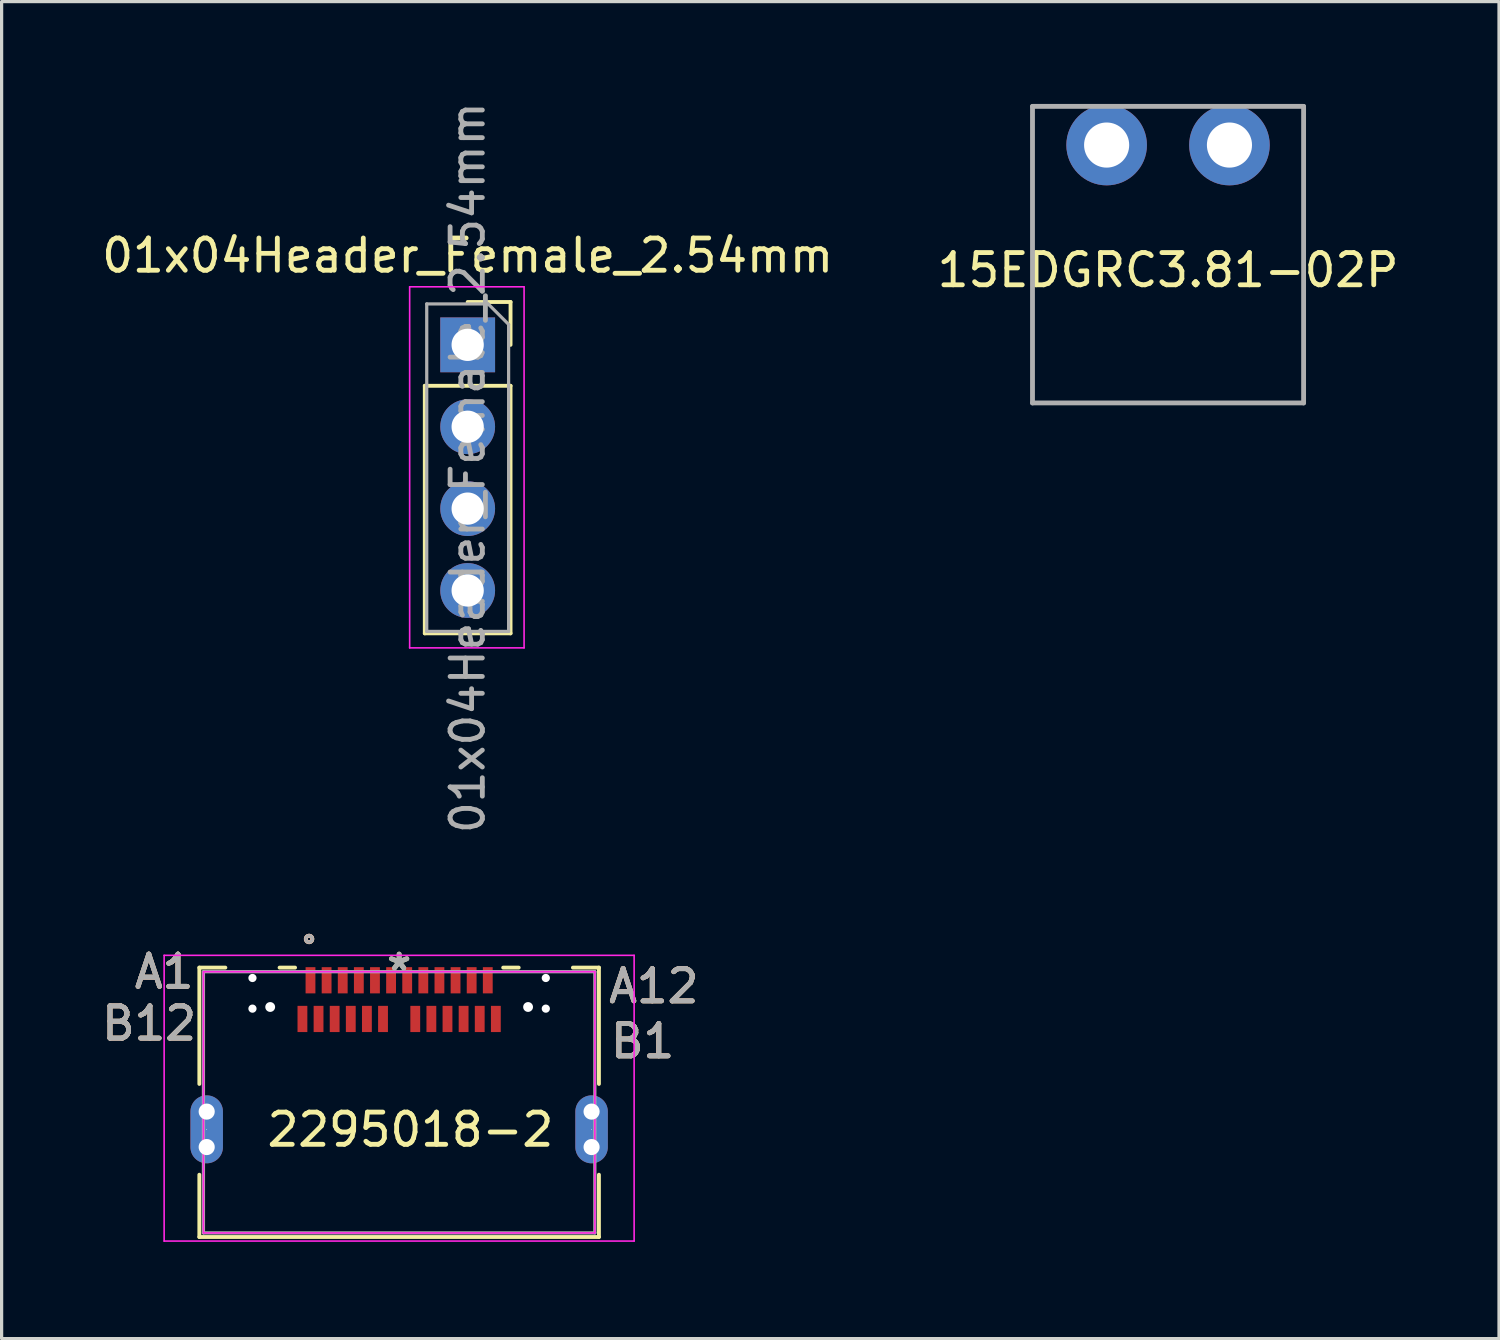
<source format=kicad_pcb>
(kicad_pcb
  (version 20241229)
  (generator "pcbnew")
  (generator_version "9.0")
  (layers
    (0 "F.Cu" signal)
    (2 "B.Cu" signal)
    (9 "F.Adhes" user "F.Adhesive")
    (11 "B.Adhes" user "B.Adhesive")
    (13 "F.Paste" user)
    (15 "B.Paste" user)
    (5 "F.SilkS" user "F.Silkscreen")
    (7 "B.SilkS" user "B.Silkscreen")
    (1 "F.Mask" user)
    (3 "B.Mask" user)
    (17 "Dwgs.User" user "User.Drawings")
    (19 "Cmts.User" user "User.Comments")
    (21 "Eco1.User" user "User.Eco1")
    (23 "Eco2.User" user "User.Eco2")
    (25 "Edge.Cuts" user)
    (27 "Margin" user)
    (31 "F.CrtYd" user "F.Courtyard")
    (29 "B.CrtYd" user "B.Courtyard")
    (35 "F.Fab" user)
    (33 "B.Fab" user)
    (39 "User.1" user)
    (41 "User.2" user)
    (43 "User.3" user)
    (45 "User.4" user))
  (footprint "01x04Header_Female_2.54mm"
    (layer "F.Cu")
    (at 11.458 7.648)
    (property "Reference" "01x04Header_Female_2.54mm" (at 0 -2.77 180) (layer "F.SilkS") (effects (font (size 1 1) (thickness 0.15))))
    (attr through_hole)
    (fp_line (start -1.33 1.27) (end -1.33 8.95) (stroke (width 0.12) (type solid)) (layer "F.SilkS"))
    (fp_line (start -1.33 1.27) (end 1.33 1.27) (stroke (width 0.12) (type solid)) (layer "F.SilkS"))
    (fp_line (start -1.33 8.95) (end 1.33 8.95) (stroke (width 0.12) (type solid)) (layer "F.SilkS"))
    (fp_line (start 0 -1.33) (end 1.33 -1.33) (stroke (width 0.12) (type solid)) (layer "F.SilkS"))
    (fp_line (start 1.33 -1.33) (end 1.33 0) (stroke (width 0.12) (type solid)) (layer "F.SilkS"))
    (fp_line (start 1.33 1.27) (end 1.33 8.95) (stroke (width 0.12) (type solid)) (layer "F.SilkS"))
    (fp_line (start -1.8 -1.8) (end 1.75 -1.8) (stroke (width 0.05) (type solid)) (layer "F.CrtYd"))
    (fp_line (start -1.8 9.4) (end -1.8 -1.8) (stroke (width 0.05) (type solid)) (layer "F.CrtYd"))
    (fp_line (start 1.75 -1.8) (end 1.75 9.4) (stroke (width 0.05) (type solid)) (layer "F.CrtYd"))
    (fp_line (start 1.75 9.4) (end -1.8 9.4) (stroke (width 0.05) (type solid)) (layer "F.CrtYd"))
    (fp_line (start -1.27 -1.27) (end 0.635 -1.27) (stroke (width 0.1) (type solid)) (layer "F.Fab"))
    (fp_line (start -1.27 8.89) (end -1.27 -1.27) (stroke (width 0.1) (type solid)) (layer "F.Fab"))
    (fp_line (start 0.635 -1.27) (end 1.27 -0.635) (stroke (width 0.1) (type solid)) (layer "F.Fab"))
    (fp_line (start 1.27 -0.635) (end 1.27 8.89) (stroke (width 0.1) (type solid)) (layer "F.Fab"))
    (fp_line (start 1.27 8.89) (end -1.27 8.89) (stroke (width 0.1) (type solid)) (layer "F.Fab"))
    (fp_text user "${REFERENCE}" (at 0 3.81 90) (layer "F.Fab") (effects (font (size 1 1) (thickness 0.15))))
    (pad "1" thru_hole rect (at 0 0) (size 1.7 1.7) (drill 1) (layers "*.Cu" "*.Mask"))
    (pad "2" thru_hole oval (at 0 2.54) (size 1.7 1.7) (drill 1) (layers "*.Cu" "*.Mask"))
    (pad "3" thru_hole oval (at 0 5.08) (size 1.7 1.7) (drill 1) (layers "*.Cu" "*.Mask"))
    (pad "4" thru_hole oval (at 0 7.62) (size 1.7 1.7) (drill 1) (layers "*.Cu" "*.Mask")))
  (footprint "15EDGRC3.81-02P"
    (layer "F.Cu")
    (at 33.185 0.25)
    (property "Reference" "15EDGRC3.81-02P" (at 0 5.08 0) (layer "F.SilkS") (effects (font (size 1 1) (thickness 0.15))))
    (attr through_hole)
    (fp_line (start -4.205 0) (end -4.205 9.2) (stroke (width 0.15) (type solid)) (layer "F.Fab"))
    (fp_line (start -4.205 0) (end 4.205 0) (stroke (width 0.15) (type solid)) (layer "F.Fab"))
    (fp_line (start -4.205 9.2) (end 4.205 9.2) (stroke (width 0.15) (type solid)) (layer "F.Fab"))
    (fp_line (start 4.205 0) (end 4.205 9.2) (stroke (width 0.15) (type solid)) (layer "F.Fab"))
    (pad "1" thru_hole circle (at -1.905 1.2) (size 2.5 2.5) (drill 1.4) (layers "*.Cu" "*.Mask"))
    (pad "2" thru_hole circle (at 1.905 1.2) (size 2.5 2.5) (drill 1.4) (layers "*.Cu" "*.Mask")))
  (footprint "2295018-2"
    (layer "F.Cu")
    (at 9.332 27.094)
    (property "Reference" "2295018-2" (at 0.35 4.9 0) (layer "F.SilkS") (effects (font (size 1 1) (thickness 0.15))))
    (attr through_hole)
    (fp_line (start -6.198 -0.127) (end -6.198 3.482) (stroke (width 0.12) (type solid)) (layer "F.SilkS"))
    (fp_line (start -6.198 6.298) (end -6.198 8.23) (stroke (width 0.12) (type solid)) (layer "F.SilkS"))
    (fp_line (start -6.198 8.23) (end 6.198 8.23) (stroke (width 0.12) (type solid)) (layer "F.SilkS"))
    (fp_line (start -5.391 -0.127) (end -6.198 -0.127) (stroke (width 0.12) (type solid)) (layer "F.SilkS"))
    (fp_line (start -3.228 -0.127) (end -3.709 -0.127) (stroke (width 0.12) (type solid)) (layer "F.SilkS"))
    (fp_line (start 3.709 -0.127) (end 3.228 -0.127) (stroke (width 0.12) (type solid)) (layer "F.SilkS"))
    (fp_line (start 6.198 -0.127) (end 5.391 -0.127) (stroke (width 0.12) (type solid)) (layer "F.SilkS"))
    (fp_line (start 6.198 3.482) (end 6.198 -0.127) (stroke (width 0.12) (type solid)) (layer "F.SilkS"))
    (fp_line (start 6.198 8.23) (end 6.198 6.298) (stroke (width 0.12) (type solid)) (layer "F.SilkS"))
    (fp_circle (center -2.794 -1.016) (end -2.692 -1.016) (stroke (width 0.12) (type solid)) (fill no) (layer "F.SilkS"))
    (fp_circle (center -2.794 -1.016) (end -2.692 -1.016) (stroke (width 0.12) (type solid)) (fill no) (layer "B.SilkS"))
    (fp_line (start -7.29 -0.508) (end -7.29 8.357) (stroke (width 0.05) (type solid)) (layer "F.CrtYd"))
    (fp_line (start -7.29 8.357) (end 7.29 8.357) (stroke (width 0.05) (type solid)) (layer "F.CrtYd"))
    (fp_line (start -6.071 0) (end -6.071 8.103) (stroke (width 0.05) (type solid)) (layer "F.CrtYd"))
    (fp_line (start -6.071 8.103) (end 6.071 8.103) (stroke (width 0.05) (type solid)) (layer "F.CrtYd"))
    (fp_line (start 6.071 0) (end -6.071 0) (stroke (width 0.05) (type solid)) (layer "F.CrtYd"))
    (fp_line (start 6.071 8.103) (end 6.071 0) (stroke (width 0.05) (type solid)) (layer "F.CrtYd"))
    (fp_line (start 7.29 -0.508) (end -7.29 -0.508) (stroke (width 0.05) (type solid)) (layer "F.CrtYd"))
    (fp_line (start 7.29 8.357) (end 7.29 -0.508) (stroke (width 0.05) (type solid)) (layer "F.CrtYd"))
    (fp_line (start -6.071 0) (end -6.071 8.103) (stroke (width 0.1) (type solid)) (layer "F.Fab"))
    (fp_line (start -6.071 8.103) (end 6.071 8.103) (stroke (width 0.1) (type solid)) (layer "F.Fab"))
    (fp_line (start 6.071 0) (end -6.071 0) (stroke (width 0.1) (type solid)) (layer "F.Fab"))
    (fp_line (start 6.071 8.103) (end 6.071 0) (stroke (width 0.1) (type solid)) (layer "F.Fab"))
    (fp_circle (center -2.794 -1.016) (end -2.692 -1.016) (stroke (width 0.1) (type solid)) (fill no) (layer "F.Fab"))
    (fp_text user "*" (at 0 0 0) (layer "F.SilkS") (effects (font (size 1 1) (thickness 0.15))))
    (fp_text user "A12" (at 7.9 0.45 0) (layer "F.SilkS") (effects (font (size 1 1) (thickness 0.15))))
    (fp_text user "B12" (at -7.755 1.605 0) (layer "F.SilkS") (effects (font (size 1 1) (thickness 0.15))))
    (fp_text user "B1" (at 7.555 2.155 0) (layer "F.SilkS") (effects (font (size 1 1) (thickness 0.15))))
    (fp_text user "A1" (at -7.29 0 0) (layer "F.SilkS") (effects (font (size 1 1) (thickness 0.15))))
    (fp_text user "A1" (at -7.29 0 0) (layer "B.SilkS") (effects (font (size 1 1) (thickness 0.15))))
    (fp_text user "A12" (at 7.9 0.45 0) (layer "B.SilkS") (effects (font (size 1 1) (thickness 0.15))))
    (fp_text user "B12" (at -7.755 1.605 0) (layer "B.SilkS") (effects (font (size 1 1) (thickness 0.15))))
    (fp_text user "B1" (at 7.555 2.155 0) (layer "B.SilkS") (effects (font (size 1 1) (thickness 0.15))))
    (fp_text user "A1" (at -7.29 0 0) (layer "F.Fab") (effects (font (size 1 1) (thickness 0.15))))
    (fp_text user "B1" (at 7.555 2.155 0) (layer "F.Fab") (effects (font (size 1 1) (thickness 0.15))))
    (fp_text user "B12" (at -7.755 1.605 0) (layer "F.Fab") (effects (font (size 1 1) (thickness 0.15))))
    (fp_text user "A12" (at 7.9 0.45 0) (layer "F.Fab") (effects (font (size 1 1) (thickness 0.15))))
    (fp_text user "*" (at 0 0 0) (layer "F.Fab") (effects (font (size 1 1) (thickness 0.15))))
    (pad "" np_thru_hole circle (at -5.97 4.34) (size 0.5 0.5) (drill 0.5) (layers "*.Cu" "*.Mask"))
    (pad "" np_thru_hole circle (at -5.97 5.44) (size 0.5 0.5) (drill 0.5) (layers "*.Cu" "*.Mask"))
    (pad "" np_thru_hole circle (at -4.55 0.195) (size 0.254 0.254) (drill 0.254) (layers "*.Cu" "*.Mask"))
    (pad "" np_thru_hole circle (at -4.55 1.146) (size 0.254 0.254) (drill 0.254) (layers "*.Cu" "*.Mask"))
    (pad "" np_thru_hole circle (at -4 1.095) (size 0.305 0.305) (drill 0.305) (layers "*.Cu" "*.Mask"))
    (pad "" np_thru_hole circle (at 4 1.095) (size 0.305 0.305) (drill 0.305) (layers "*.Cu" "*.Mask"))
    (pad "" np_thru_hole circle (at 4.55 0.195) (size 0.254 0.254) (drill 0.254) (layers "*.Cu" "*.Mask"))
    (pad "" np_thru_hole circle (at 4.55 1.146) (size 0.254 0.254) (drill 0.254) (layers "*.Cu" "*.Mask"))
    (pad "" np_thru_hole circle (at 5.97 4.34) (size 0.5 0.5) (drill 0.5) (layers "*.Cu" "*.Mask"))
    (pad "" np_thru_hole circle (at 5.97 5.44) (size 0.5 0.5) (drill 0.5) (layers "*.Cu" "*.Mask"))
    (pad "33" thru_hole oval (at -5.97 4.89 90) (size 2.108 1.008) (drill 0.025) (layers "*.Cu" "*.Mask"))
    (pad "34" thru_hole oval (at 5.97 4.89 90) (size 2.108 1.008) (drill 0.025) (layers "*.Cu" "*.Mask"))
    (pad "A1" smd rect (at -2.75 0.266) (size 0.305 0.813) (layers "F.Cu" "F.Mask" "F.Paste"))
    (pad "A2" smd rect (at -2.25 0.266) (size 0.305 0.813) (layers "F.Cu" "F.Mask" "F.Paste"))
    (pad "A3" smd rect (at -1.75 0.266) (size 0.305 0.813) (layers "F.Cu" "F.Mask" "F.Paste"))
    (pad "A4" smd rect (at -1.25 0.266) (size 0.305 0.813) (layers "F.Cu" "F.Mask" "F.Paste"))
    (pad "A5" smd rect (at -0.75 0.266) (size 0.305 0.813) (layers "F.Cu" "F.Mask" "F.Paste"))
    (pad "A6" smd rect (at -0.25 0.266) (size 0.305 0.813) (layers "F.Cu" "F.Mask" "F.Paste"))
    (pad "A7" smd rect (at 0.25 0.266) (size 0.305 0.813) (layers "F.Cu" "F.Mask" "F.Paste"))
    (pad "A8" smd rect (at 0.75 0.266) (size 0.305 0.813) (layers "F.Cu" "F.Mask" "F.Paste"))
    (pad "A9" smd rect (at 1.25 0.266) (size 0.305 0.813) (layers "F.Cu" "F.Mask" "F.Paste"))
    (pad "A10" smd rect (at 1.75 0.266) (size 0.305 0.813) (layers "F.Cu" "F.Mask" "F.Paste"))
    (pad "A11" smd rect (at 2.25 0.266) (size 0.305 0.813) (layers "F.Cu" "F.Mask" "F.Paste"))
    (pad "A12" smd rect (at 2.75 0.266) (size 0.305 0.813) (layers "F.Cu" "F.Mask" "F.Paste"))
    (pad "B1" smd rect (at 3 1.466) (size 0.305 0.813) (layers "F.Cu" "F.Mask" "F.Paste"))
    (pad "B2" smd rect (at 2.5 1.466) (size 0.305 0.813) (layers "F.Cu" "F.Mask" "F.Paste"))
    (pad "B3" smd rect (at 2 1.466) (size 0.305 0.813) (layers "F.Cu" "F.Mask" "F.Paste"))
    (pad "B4" smd rect (at 1.5 1.466) (size 0.305 0.813) (layers "F.Cu" "F.Mask" "F.Paste"))
    (pad "B5" smd rect (at 1 1.466) (size 0.305 0.813) (layers "F.Cu" "F.Mask" "F.Paste"))
    (pad "B6" smd rect (at 0.5 1.466) (size 0.305 0.813) (layers "F.Cu" "F.Mask" "F.Paste"))
    (pad "B7" smd rect (at -0.5 1.466) (size 0.305 0.813) (layers "F.Cu" "F.Mask" "F.Paste"))
    (pad "B8" smd rect (at -1 1.466) (size 0.305 0.813) (layers "F.Cu" "F.Mask" "F.Paste"))
    (pad "B9" smd rect (at -1.5 1.466) (size 0.305 0.813) (layers "F.Cu" "F.Mask" "F.Paste"))
    (pad "B10" smd rect (at -2 1.466) (size 0.305 0.813) (layers "F.Cu" "F.Mask" "F.Paste"))
    (pad "B11" smd rect (at -2.5 1.466) (size 0.305 0.813) (layers "F.Cu" "F.Mask" "F.Paste"))
    (pad "B12" smd rect (at -3 1.466) (size 0.305 0.813) (layers "F.Cu" "F.Mask" "F.Paste")))
  (gr_rect
    (start -3 -3)
    (end 43.452 38.476)
    (stroke (width 0.1) (type default))
    (fill no)
    (layer "Edge.Cuts")))
</source>
